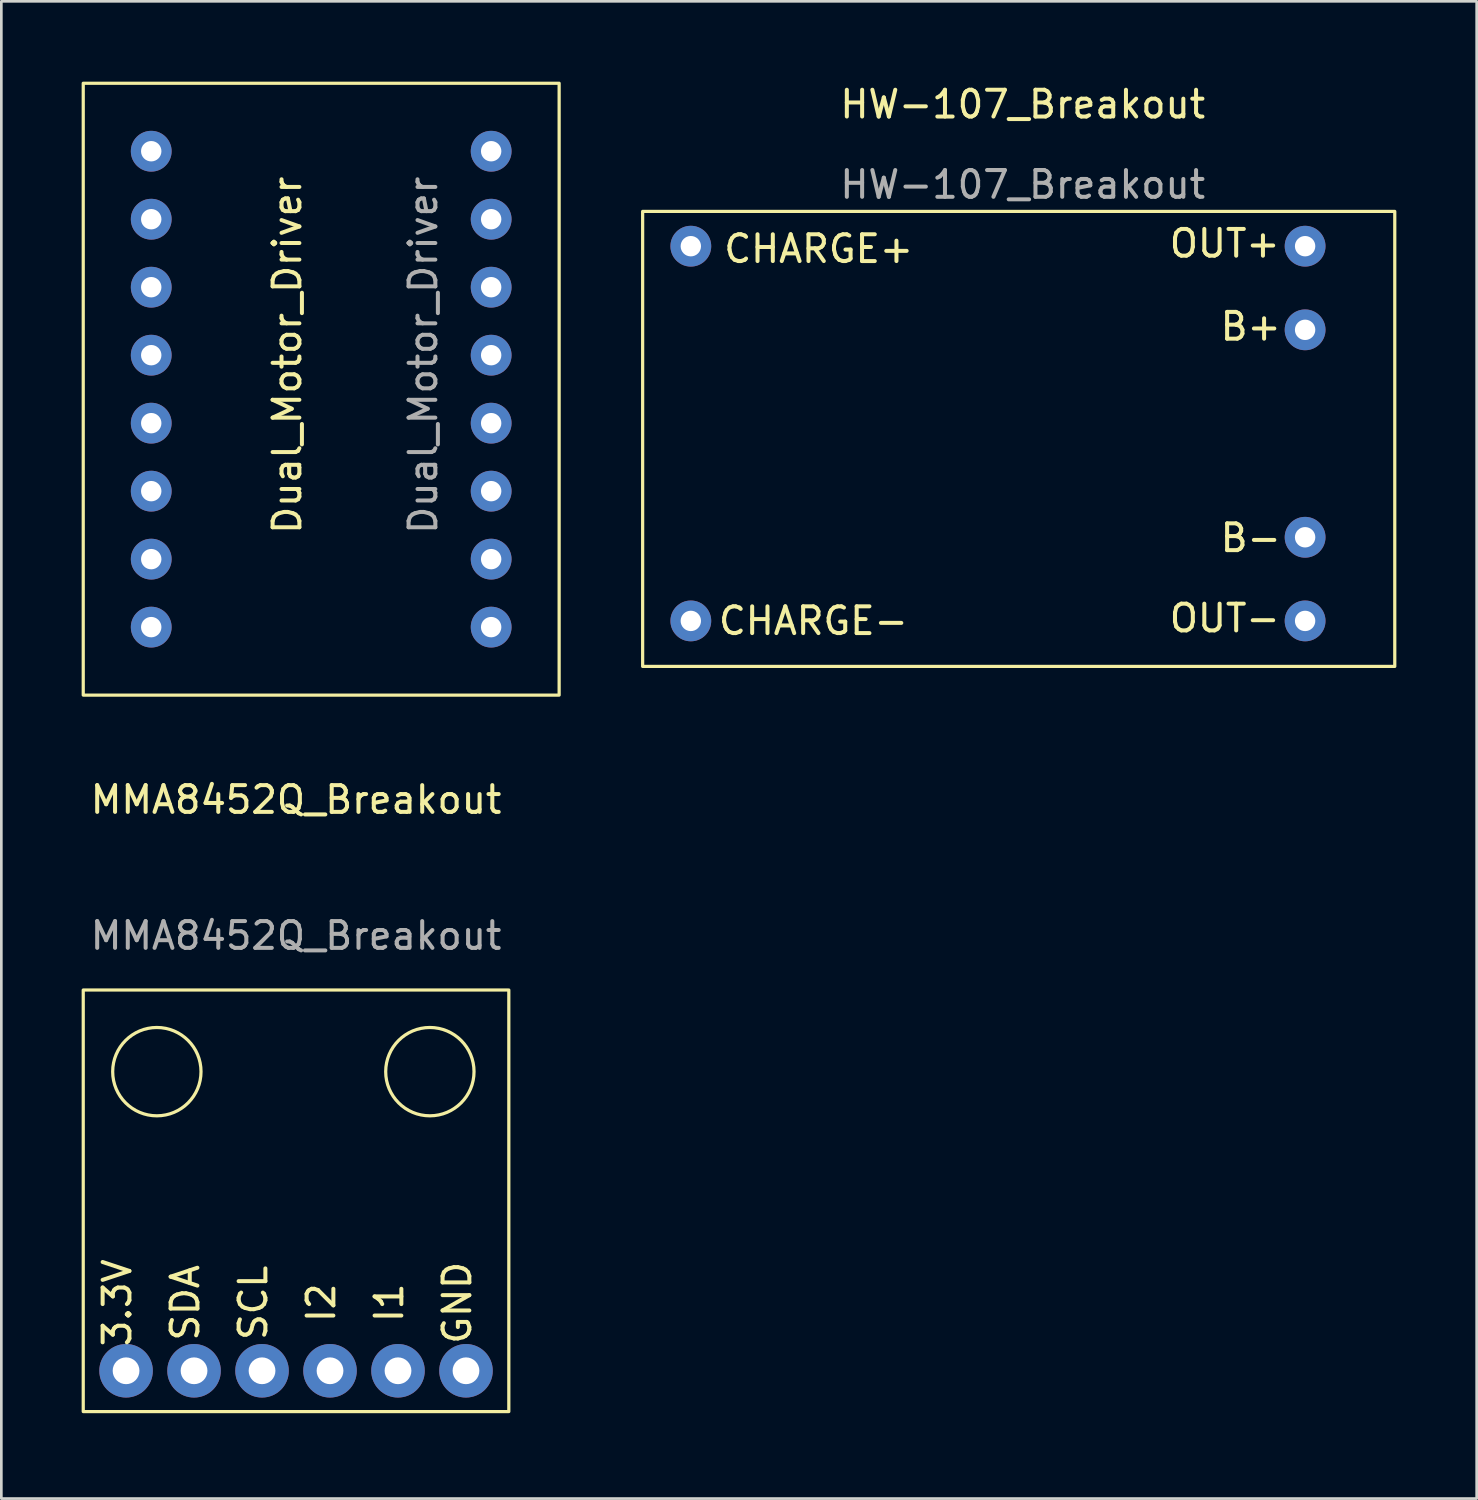
<source format=kicad_pcb>
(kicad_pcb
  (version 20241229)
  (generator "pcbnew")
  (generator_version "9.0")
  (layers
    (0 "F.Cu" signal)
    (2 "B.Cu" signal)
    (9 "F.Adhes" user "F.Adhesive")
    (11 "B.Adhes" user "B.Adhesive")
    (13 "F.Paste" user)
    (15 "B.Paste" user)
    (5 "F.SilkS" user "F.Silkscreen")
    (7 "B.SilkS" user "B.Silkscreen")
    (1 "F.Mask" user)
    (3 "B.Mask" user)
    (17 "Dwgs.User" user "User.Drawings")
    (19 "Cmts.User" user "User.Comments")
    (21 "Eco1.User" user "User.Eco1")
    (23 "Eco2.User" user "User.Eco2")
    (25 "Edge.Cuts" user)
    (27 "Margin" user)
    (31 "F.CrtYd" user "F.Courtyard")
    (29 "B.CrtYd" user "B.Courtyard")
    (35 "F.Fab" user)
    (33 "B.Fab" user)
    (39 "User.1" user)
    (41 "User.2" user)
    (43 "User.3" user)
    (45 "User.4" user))
  (footprint "Dual_Motor_Driver"
    (layer "F.Cu")
    (at 2.6 20.38)
    (property "Reference" "Dual_Motor_Driver" (at 5.08 -10.16 90) (unlocked yes) (layer "F.SilkS") (effects (font (size 1 1) (thickness 0.15))))
    (attr through_hole)
    (fp_rect (start 15.24 2.54) (end -2.54 -20.32) (stroke (width 0.12) (type solid)) (fill no) (layer "F.SilkS"))
    (fp_text user "${REFERENCE}" (at 10.16 -10.16 90) (unlocked yes) (layer "F.Fab") (effects (font (size 1 1) (thickness 0.15))))
    (pad "1" thru_hole circle (at 0 -17.78) (size 1.524 1.524) (drill 0.762) (layers "*.Cu" "*.Mask"))
    (pad "2" thru_hole circle (at 0 -15.24) (size 1.524 1.524) (drill 0.762) (layers "*.Cu" "*.Mask"))
    (pad "3" thru_hole circle (at 0 -12.7) (size 1.524 1.524) (drill 0.762) (layers "*.Cu" "*.Mask"))
    (pad "4" thru_hole circle (at 0 -10.16) (size 1.524 1.524) (drill 0.762) (layers "*.Cu" "*.Mask"))
    (pad "5" thru_hole circle (at 0 -7.62) (size 1.524 1.524) (drill 0.762) (layers "*.Cu" "*.Mask"))
    (pad "6" thru_hole circle (at 0 -5.08) (size 1.524 1.524) (drill 0.762) (layers "*.Cu" "*.Mask"))
    (pad "7" thru_hole circle (at 0 -2.54) (size 1.524 1.524) (drill 0.762) (layers "*.Cu" "*.Mask"))
    (pad "8" thru_hole circle (at 0 0) (size 1.524 1.524) (drill 0.762) (layers "*.Cu" "*.Mask"))
    (pad "9" thru_hole circle (at 12.7 0) (size 1.524 1.524) (drill 0.762) (layers "*.Cu" "*.Mask"))
    (pad "10" thru_hole circle (at 12.7 -2.54) (size 1.524 1.524) (drill 0.762) (layers "*.Cu" "*.Mask"))
    (pad "11" thru_hole circle (at 12.7 -5.08) (size 1.524 1.524) (drill 0.762) (layers "*.Cu" "*.Mask"))
    (pad "12" thru_hole circle (at 12.7 -7.62) (size 1.524 1.524) (drill 0.762) (layers "*.Cu" "*.Mask"))
    (pad "13" thru_hole circle (at 12.7 -10.16) (size 1.524 1.524) (drill 0.762) (layers "*.Cu" "*.Mask"))
    (pad "14" thru_hole circle (at 12.7 -12.7) (size 1.524 1.524) (drill 0.762) (layers "*.Cu" "*.Mask"))
    (pad "15" thru_hole circle (at 12.7 -15.24) (size 1.524 1.524) (drill 0.762) (layers "*.Cu" "*.Mask"))
    (pad "16" thru_hole circle (at 12.7 -17.78) (size 1.524 1.524) (drill 0.762) (layers "*.Cu" "*.Mask")))
  (footprint "HW-107_Breakout"
    (layer "F.Cu")
    (at 22.76 13.148)
    (property "Reference" "HW-107_Breakout" (at 12.4 -12.3 0) (unlocked yes) (layer "F.SilkS") (effects (font (size 1 1) (thickness 0.15))))
    (attr through_hole)
    (fp_rect (start -1.8 8.7) (end 26.3 -8.3) (stroke (width 0.12) (type solid)) (fill no) (layer "F.SilkS"))
    (fp_text user "CHARGE-" (at 8.2 7 0) (unlocked yes) (layer "F.SilkS") (effects (font (size 1 1) (thickness 0.15)) (justify right)))
    (fp_text user "OUT+" (at 17.8 -7.1 0) (unlocked yes) (layer "F.SilkS") (effects (font (size 1 1) (thickness 0.15)) (justify left)))
    (fp_text user "OUT-" (at 17.8 6.9 0) (unlocked yes) (layer "F.SilkS") (effects (font (size 1 1) (thickness 0.15)) (justify left)))
    (fp_text user "B+" (at 19.7 -4 0) (unlocked yes) (layer "F.SilkS") (effects (font (size 1 1) (thickness 0.15)) (justify left)))
    (fp_text user "B-" (at 19.7 3.9 0) (unlocked yes) (layer "F.SilkS") (effects (font (size 1 1) (thickness 0.15)) (justify left)))
    (fp_text user "CHARGE+" (at 8.4 -6.9 0) (unlocked yes) (layer "F.SilkS") (effects (font (size 1 1) (thickness 0.15)) (justify right)))
    (fp_text user "${REFERENCE}" (at 12.4 -9.3 0) (unlocked yes) (layer "F.Fab") (effects (font (size 1 1) (thickness 0.15))))
    (pad "1" thru_hole circle (at 0 -7) (size 1.524 1.524) (drill 0.762) (layers "*.Cu" "*.Mask"))
    (pad "2" thru_hole circle (at 0 7) (size 1.524 1.524) (drill 0.762) (layers "*.Cu" "*.Mask"))
    (pad "3" thru_hole circle (at 22.95 -3.875) (size 1.524 1.524) (drill 0.762) (layers "*.Cu" "*.Mask"))
    (pad "4" thru_hole circle (at 22.95 3.875) (size 1.524 1.524) (drill 0.762) (layers "*.Cu" "*.Mask"))
    (pad "5" thru_hole circle (at 22.95 -7) (size 1.524 1.524) (drill 0.762) (layers "*.Cu" "*.Mask"))
    (pad "6" thru_hole circle (at 22.95 7) (size 1.524 1.524) (drill 0.762) (layers "*.Cu" "*.Mask")))
  (footprint "MMA8452Q_Breakout"
    (layer "F.Cu")
    (at 8.01 49.688)
    (property "Reference" "MMA8452Q_Breakout" (at 0 -22.86 0) (unlocked yes) (layer "F.SilkS") (effects (font (size 1 1) (thickness 0.15))))
    (attr through_hole)
    (fp_rect (start -7.95 0) (end 7.95 -15.75) (stroke (width 0.12) (type solid)) (fill no) (layer "F.SilkS"))
    (fp_circle (center -5.2 -12.7) (end -3.55 -12.7) (stroke (width 0.12) (type solid)) (fill no) (layer "F.SilkS"))
    (fp_circle (center 5 -12.7) (end 6.65 -12.7) (stroke (width 0.12) (type solid)) (fill no) (layer "F.SilkS"))
    (fp_text user "SDA" (at -4.14 -4.064 90) (unlocked yes) (layer "F.SilkS") (effects (font (size 1 1) (thickness 0.15))))
    (fp_text user "GND" (at 6.02 -4.064 90) (unlocked yes) (layer "F.SilkS") (effects (font (size 1 1) (thickness 0.15))))
    (fp_text user "SCL" (at -1.6 -4.064 90) (unlocked yes) (layer "F.SilkS") (effects (font (size 1 1) (thickness 0.15))))
    (fp_text user "3.3V" (at -6.68 -4.064 90) (unlocked yes) (layer "F.SilkS") (effects (font (size 1 1) (thickness 0.15))))
    (fp_text user "I2" (at 0.94 -4.064 90) (unlocked yes) (layer "F.SilkS") (effects (font (size 1 1) (thickness 0.15))))
    (fp_text user "I1" (at 3.48 -4.064 90) (unlocked yes) (layer "F.SilkS") (effects (font (size 1 1) (thickness 0.15))))
    (fp_text user "${REFERENCE}" (at 0 -17.78 0) (unlocked yes) (layer "F.Fab") (effects (font (size 1 1) (thickness 0.15))))
    (pad "1" thru_hole circle (at -6.35 -1.524) (size 2 2) (drill 1) (layers "*.Cu" "*.Mask"))
    (pad "2" thru_hole circle (at -3.81 -1.524) (size 2 2) (drill 1) (layers "*.Cu" "*.Mask"))
    (pad "3" thru_hole circle (at -1.27 -1.524) (size 2 2) (drill 1) (layers "*.Cu" "*.Mask"))
    (pad "4" thru_hole circle (at 1.27 -1.524) (size 2 2) (drill 1) (layers "*.Cu" "*.Mask"))
    (pad "5" thru_hole circle (at 3.81 -1.524) (size 2 2) (drill 1) (layers "*.Cu" "*.Mask"))
    (pad "6" thru_hole circle (at 6.35 -1.524) (size 2 2) (drill 1) (layers "*.Cu" "*.Mask")))
  (gr_rect
    (start -3 -3)
    (end 52.12 52.938)
    (stroke (width 0.1) (type default))
    (fill no)
    (layer "Edge.Cuts")))
</source>
